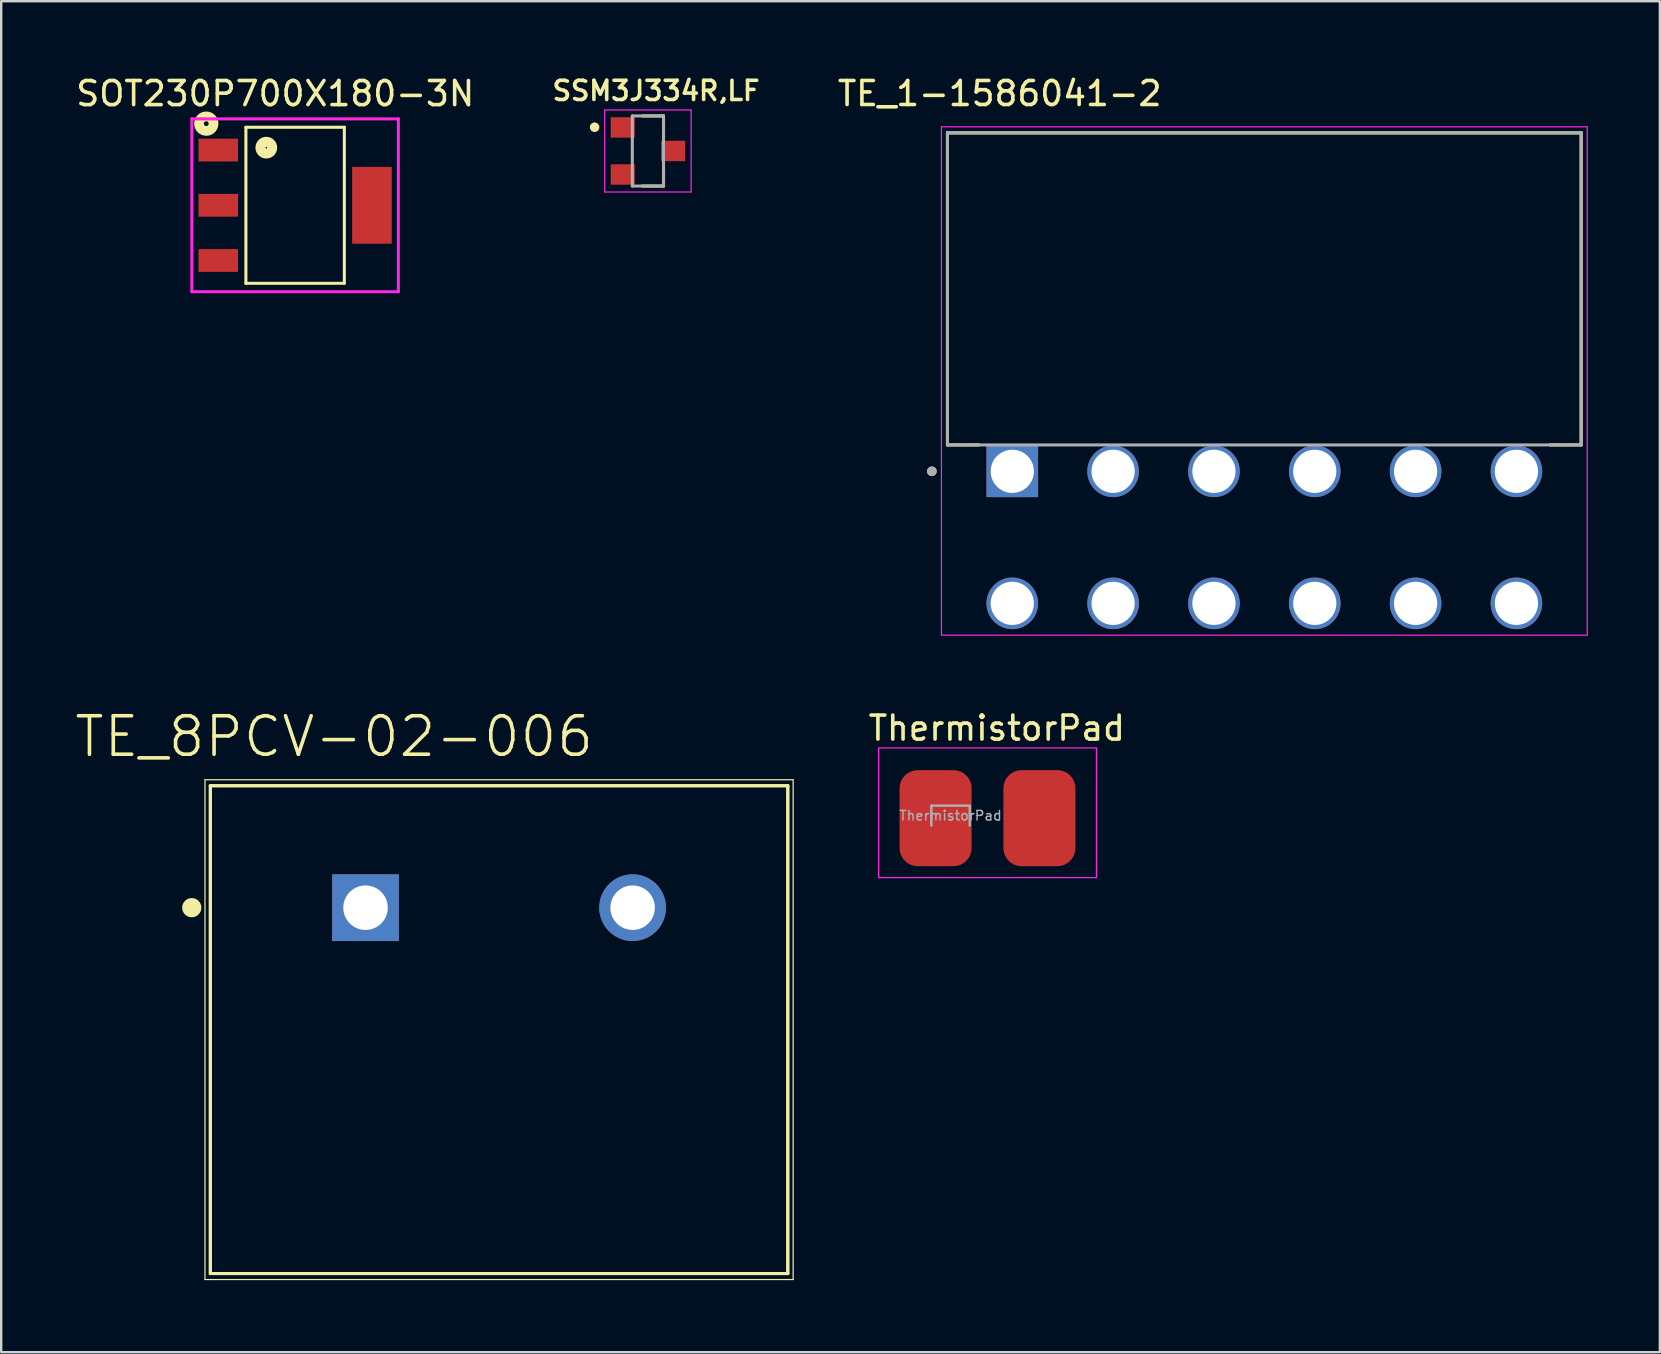
<source format=kicad_pcb>
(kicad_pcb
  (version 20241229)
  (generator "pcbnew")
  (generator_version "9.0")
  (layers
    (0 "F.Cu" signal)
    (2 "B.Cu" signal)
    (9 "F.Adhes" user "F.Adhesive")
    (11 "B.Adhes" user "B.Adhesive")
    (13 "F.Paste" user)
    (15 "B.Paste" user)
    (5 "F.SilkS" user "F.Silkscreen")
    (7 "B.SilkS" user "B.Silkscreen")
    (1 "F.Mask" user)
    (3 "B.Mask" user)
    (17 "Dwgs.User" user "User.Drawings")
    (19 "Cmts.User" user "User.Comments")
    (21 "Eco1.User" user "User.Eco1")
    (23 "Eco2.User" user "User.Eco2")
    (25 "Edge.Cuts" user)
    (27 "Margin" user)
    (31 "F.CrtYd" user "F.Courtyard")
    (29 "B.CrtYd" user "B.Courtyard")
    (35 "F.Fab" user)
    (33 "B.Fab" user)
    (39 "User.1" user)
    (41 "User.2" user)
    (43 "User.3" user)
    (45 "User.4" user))
  (footprint "SOT230P700X180-3N"
    (layer "F.Cu")
    (at 9.243 5.501)
    (property "Reference" "SOT230P700X180-3N" (at -0.828 -4.651 0) (layer "F.SilkS") (effects (font (size 1.003 1.003) (thickness 0.15))))
    (attr through_hole)
    (fp_line (start -2.05 -3.25) (end -2.05 3.25) (stroke (width 0.127) (type solid)) (layer "F.SilkS"))
    (fp_line (start -2.05 3.25) (end 2.05 3.25) (stroke (width 0.127) (type solid)) (layer "F.SilkS"))
    (fp_line (start 2.05 -3.25) (end -2.05 -3.25) (stroke (width 0.127) (type solid)) (layer "F.SilkS"))
    (fp_line (start 2.05 3.25) (end 2.05 -3.25) (stroke (width 0.127) (type solid)) (layer "F.SilkS"))
    (fp_circle (center -3.7 -3.4) (end -3.6 -3.4) (stroke (width 0.406) (type solid)) (fill no) (layer "F.SilkS"))
    (fp_circle (center -1.2 -2.4) (end -1.1 -2.4) (stroke (width 0.127) (type solid)) (fill no) (layer "F.SilkS"))
    (fp_circle (center -1.2 -2.4) (end -0.95 -2.4) (stroke (width 0.406) (type solid)) (fill no) (layer "F.SilkS"))
    (fp_line (start -4.3 -3.6) (end 4.3 -3.6) (stroke (width 0.127) (type solid)) (layer "F.CrtYd"))
    (fp_line (start -4.3 3.6) (end -4.3 -3.6) (stroke (width 0.127) (type solid)) (layer "F.CrtYd"))
    (fp_line (start 4.3 -3.6) (end 4.3 3.6) (stroke (width 0.127) (type solid)) (layer "F.CrtYd"))
    (fp_line (start 4.3 3.6) (end -4.3 3.6) (stroke (width 0.127) (type solid)) (layer "F.CrtYd"))
    (pad "1" smd rect (at -3.2 -2.3) (size 1.65 0.95) (layers "F.Cu" "F.Mask" "F.Paste"))
    (pad "2" smd rect (at -3.2 0) (size 1.65 0.95) (layers "F.Cu" "F.Mask" "F.Paste"))
    (pad "3" smd rect (at -3.2 2.3) (size 1.65 0.95) (layers "F.Cu" "F.Mask" "F.Paste"))
    (pad "4" smd rect (at 3.2 0) (size 1.65 3.2) (layers "F.Cu" "F.Mask" "F.Paste")))
  (footprint "TE_1-1586041-2"
    (layer "F.Cu")
    (at 39.117 16.583)
    (property "Reference" "TE_1-1586041-2" (at -0.525 -15.735 0) (layer "F.SilkS") (effects (font (size 1 1) (thickness 0.15))))
    (attr through_hole)
    (fp_line (start -2.7 -14.1) (end 23.7 -14.1) (stroke (width 0.127) (type solid)) (layer "F.SilkS"))
    (fp_line (start -2.7 -1.1) (end -2.7 -14.1) (stroke (width 0.127) (type solid)) (layer "F.SilkS"))
    (fp_line (start -1.395 -1.1) (end -2.7 -1.1) (stroke (width 0.127) (type solid)) (layer "F.SilkS"))
    (fp_line (start 22.395 -1.1) (end 23.7 -1.1) (stroke (width 0.127) (type solid)) (layer "F.SilkS"))
    (fp_line (start 23.7 -14.1) (end 23.7 -1.1) (stroke (width 0.127) (type solid)) (layer "F.SilkS"))
    (fp_circle (center -3.35 0) (end -3.25 0) (stroke (width 0.2) (type solid)) (fill no) (layer "F.SilkS"))
    (fp_line (start -2.95 -14.35) (end 23.95 -14.35) (stroke (width 0.05) (type solid)) (layer "F.CrtYd"))
    (fp_line (start -2.95 6.825) (end -2.95 -14.35) (stroke (width 0.05) (type solid)) (layer "F.CrtYd"))
    (fp_line (start 23.95 -14.35) (end 23.95 6.825) (stroke (width 0.05) (type solid)) (layer "F.CrtYd"))
    (fp_line (start 23.95 6.825) (end -2.95 6.825) (stroke (width 0.05) (type solid)) (layer "F.CrtYd"))
    (fp_line (start -2.7 -14.1) (end 23.7 -14.1) (stroke (width 0.127) (type solid)) (layer "F.Fab"))
    (fp_line (start -2.7 -14.1) (end 23.7 -14.1) (stroke (width 0.127) (type solid)) (layer "F.Fab"))
    (fp_line (start -2.7 -1.1) (end -2.7 -14.1) (stroke (width 0.127) (type solid)) (layer "F.Fab"))
    (fp_line (start -2.7 -1.1) (end -2.7 -14.1) (stroke (width 0.127) (type solid)) (layer "F.Fab"))
    (fp_line (start 23.7 -14.1) (end 23.7 -1.1) (stroke (width 0.127) (type solid)) (layer "F.Fab"))
    (fp_line (start 23.7 -14.1) (end 23.7 -1.1) (stroke (width 0.127) (type solid)) (layer "F.Fab"))
    (fp_line (start 23.7 -1.1) (end -2.7 -1.1) (stroke (width 0.127) (type solid)) (layer "F.Fab"))
    (fp_circle (center -3.35 0) (end -3.25 0) (stroke (width 0.2) (type solid)) (fill no) (layer "F.Fab"))
    (pad "1" thru_hole rect (at 0 0) (size 2.15 2.15) (drill 1.8) (layers "*.Cu" "*.Mask"))
    (pad "2" thru_hole circle (at 0 5.5) (size 2.15 2.15) (drill 1.8) (layers "*.Cu" "*.Mask"))
    (pad "3" thru_hole circle (at 4.2 0) (size 2.15 2.15) (drill 1.8) (layers "*.Cu" "*.Mask"))
    (pad "4" thru_hole circle (at 4.2 5.5) (size 2.15 2.15) (drill 1.8) (layers "*.Cu" "*.Mask"))
    (pad "5" thru_hole circle (at 8.4 0) (size 2.15 2.15) (drill 1.8) (layers "*.Cu" "*.Mask"))
    (pad "6" thru_hole circle (at 8.4 5.5) (size 2.15 2.15) (drill 1.8) (layers "*.Cu" "*.Mask"))
    (pad "7" thru_hole circle (at 12.6 0) (size 2.15 2.15) (drill 1.8) (layers "*.Cu" "*.Mask"))
    (pad "8" thru_hole circle (at 12.6 5.5) (size 2.15 2.15) (drill 1.8) (layers "*.Cu" "*.Mask"))
    (pad "9" thru_hole circle (at 16.8 0) (size 2.15 2.15) (drill 1.8) (layers "*.Cu" "*.Mask"))
    (pad "10" thru_hole circle (at 16.8 5.5) (size 2.15 2.15) (drill 1.8) (layers "*.Cu" "*.Mask"))
    (pad "11" thru_hole circle (at 21 0) (size 2.15 2.15) (drill 1.8) (layers "*.Cu" "*.Mask"))
    (pad "12" thru_hole circle (at 21 5.5) (size 2.15 2.15) (drill 1.8) (layers "*.Cu" "*.Mask")))
  (footprint "TE_8PCV-02-006"
    (layer "F.Cu")
    (at 17.739 34.76)
    (property "Reference" "TE_8PCV-02-006" (at -6.872 -7.126 0) (layer "F.SilkS") (effects (font (size 1.603 1.603) (thickness 0.15))))
    (attr through_hole)
    (fp_line (start -12.25 -5.33) (end 12.25 -5.33) (stroke (width 0.05) (type solid)) (layer "F.SilkS"))
    (fp_line (start -12.25 15.49) (end -12.25 -5.33) (stroke (width 0.05) (type solid)) (layer "F.SilkS"))
    (fp_line (start -12.027 -5.08) (end 12.027 -5.08) (stroke (width 0.127) (type solid)) (layer "F.SilkS"))
    (fp_line (start -12.027 -5.08) (end 12.027 -5.08) (stroke (width 0.127) (type solid)) (layer "F.SilkS"))
    (fp_line (start -12.027 15.24) (end -12.027 -5.08) (stroke (width 0.127) (type solid)) (layer "F.SilkS"))
    (fp_line (start -12.027 15.24) (end -12.027 -5.08) (stroke (width 0.127) (type solid)) (layer "F.SilkS"))
    (fp_line (start 12.027 -5.08) (end 12.027 15.24) (stroke (width 0.127) (type solid)) (layer "F.SilkS"))
    (fp_line (start 12.027 -5.08) (end 12.027 15.24) (stroke (width 0.127) (type solid)) (layer "F.SilkS"))
    (fp_line (start 12.027 15.24) (end -12.027 15.24) (stroke (width 0.127) (type solid)) (layer "F.SilkS"))
    (fp_line (start 12.027 15.24) (end -12.027 15.24) (stroke (width 0.127) (type solid)) (layer "F.SilkS"))
    (fp_line (start 12.25 -5.33) (end 12.25 15.49) (stroke (width 0.05) (type solid)) (layer "F.SilkS"))
    (fp_line (start 12.25 15.49) (end -12.25 15.49) (stroke (width 0.05) (type solid)) (layer "F.SilkS"))
    (fp_circle (center -12.801 0) (end -12.601 0) (stroke (width 0.4) (type solid)) (fill no) (layer "F.SilkS"))
    (pad "1" thru_hole rect (at -5.563 0) (size 2.781 2.781) (drill 1.854) (layers "*.Cu" "*.Mask"))
    (pad "2" thru_hole circle (at 5.563 0) (size 2.781 2.781) (drill 1.854) (layers "*.Cu" "*.Mask")))
  (footprint "ThermistorPad"
    (layer "F.Cu")
    (at 36.672 30.956)
    (property "Reference" "ThermistorPad" (at 1.8 -3.675 0) (unlocked yes) (layer "F.SilkS") (effects (font (size 1 1) (thickness 0.15))))
    (attr smd)
    (fp_rect (start 5.95 2.55) (end -3.125 -2.85) (stroke (width 0.05) (type solid)) (fill no) (layer "F.CrtYd"))
    (fp_line (start -0.927 -0.445) (end 0.673 -0.445) (stroke (width 0.1) (type solid)) (layer "F.Fab"))
    (fp_line (start -0.927 0.381) (end -0.927 -0.445) (stroke (width 0.1) (type solid)) (layer "F.Fab"))
    (fp_line (start 0.673 -0.445) (end 0.673 0.381) (stroke (width 0.1) (type solid)) (layer "F.Fab"))
    (fp_text user "${REFERENCE}" (at -0.127 -0.032 0) (layer "F.Fab") (effects (font (size 0.4 0.4) (thickness 0.06))))
    (pad "1" smd roundrect (at -0.75 0.075) (size 3 4) (layers "F.Cu" "F.Mask" "F.Paste") (roundrect_rratio 0.25))
    (pad "2" smd roundrect (at 3.575 0.075) (size 3 4) (layers "F.Cu" "F.Mask" "F.Paste") (roundrect_rratio 0.25)))
  (footprint "SSM3J334R,LF"
    (layer "F.Cu")
    (at 23.939 3.239)
    (property "Reference" "SSM3J334R,LF" (at 0.34 -2.508 0) (layer "F.SilkS") (effects (font (size 0.8 0.8) (thickness 0.15))))
    (attr through_hole)
    (fp_line (start 0.65 -1.46) (end -0.23 -1.46) (stroke (width 0.127) (type solid)) (layer "F.SilkS"))
    (fp_line (start 0.65 -0.75) (end 0.65 -1.46) (stroke (width 0.127) (type solid)) (layer "F.SilkS"))
    (fp_line (start 0.65 0.75) (end 0.65 1.46) (stroke (width 0.127) (type solid)) (layer "F.SilkS"))
    (fp_line (start 0.65 1.46) (end -0.23 1.46) (stroke (width 0.127) (type solid)) (layer "F.SilkS"))
    (fp_circle (center -2.22 -0.99) (end -2.12 -0.99) (stroke (width 0.2) (type solid)) (fill no) (layer "F.SilkS"))
    (fp_line (start -1.8 -1.71) (end 1.8 -1.71) (stroke (width 0.05) (type solid)) (layer "F.CrtYd"))
    (fp_line (start -1.8 1.71) (end -1.8 -1.71) (stroke (width 0.05) (type solid)) (layer "F.CrtYd"))
    (fp_line (start 1.8 -1.71) (end 1.8 1.71) (stroke (width 0.05) (type solid)) (layer "F.CrtYd"))
    (fp_line (start 1.8 1.71) (end -1.8 1.71) (stroke (width 0.05) (type solid)) (layer "F.CrtYd"))
    (fp_line (start -0.65 -1.46) (end -0.65 1.46) (stroke (width 0.127) (type solid)) (layer "F.Fab"))
    (fp_line (start -0.65 1.46) (end 0.65 1.46) (stroke (width 0.127) (type solid)) (layer "F.Fab"))
    (fp_line (start 0.65 -1.46) (end -0.65 -1.46) (stroke (width 0.127) (type solid)) (layer "F.Fab"))
    (fp_line (start 0.65 1.46) (end 0.65 -1.46) (stroke (width 0.127) (type solid)) (layer "F.Fab"))
    (pad "1" smd rect (at -1.05 -0.98 270) (size 0.85 1) (layers "F.Cu" "F.Mask" "F.Paste"))
    (pad "2" smd rect (at -1.05 0.98 270) (size 0.85 1) (layers "F.Cu" "F.Mask" "F.Paste"))
    (pad "3" smd rect (at 1.05 0 270) (size 0.85 1) (layers "F.Cu" "F.Mask" "F.Paste")))
  (gr_rect
    (start -3 -3)
    (end 66.092 53.275)
    (stroke (width 0.1) (type default))
    (fill no)
    (layer "Edge.Cuts")))
</source>
